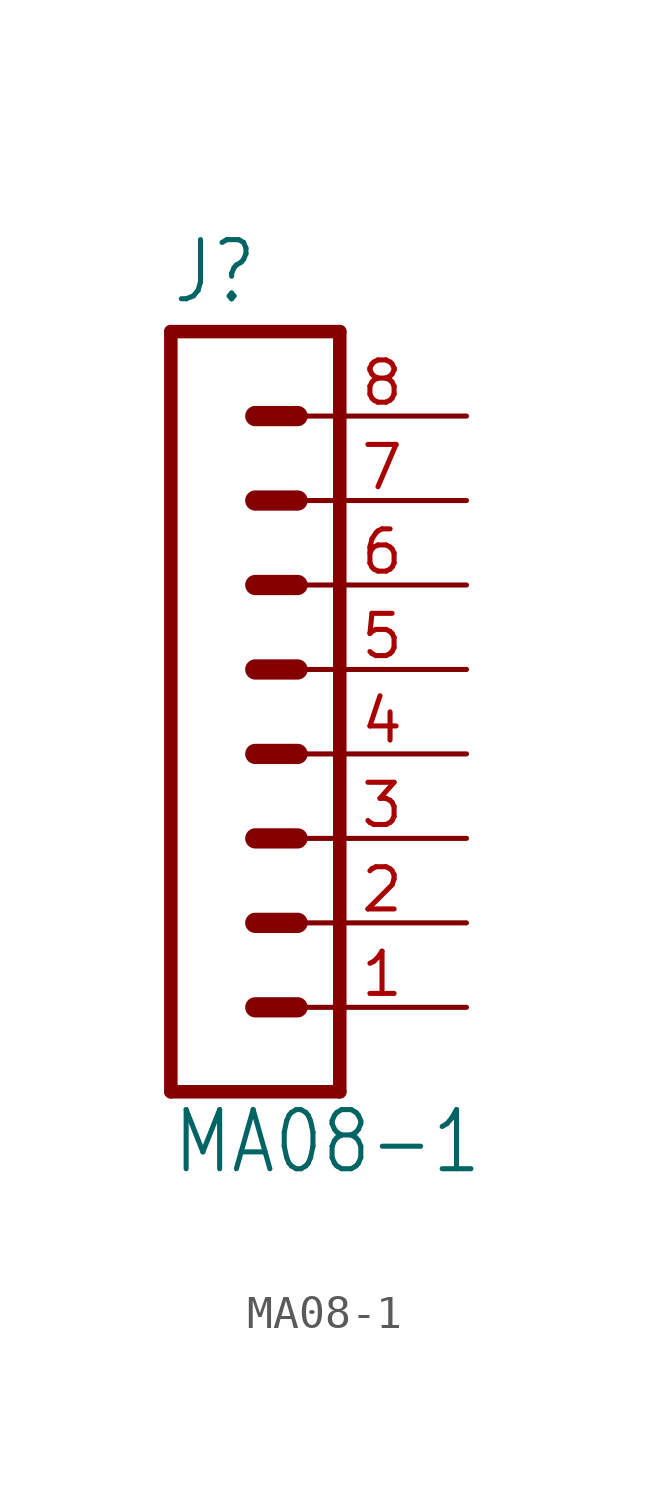
<source format=kicad_sym>
(kicad_symbol_lib
  (version 20211014)
  (generator kicad_symbol_editor)
  (symbol "MA08-1"
    (property "Reference" "J"
      (at -1.27 13.462 0)
      (effects (font (size 1.778 1.511)) (justify left bottom)))
    (property "Value" "MA08-1"
      (at -1.27 -12.7 0)
      (effects (font (size 1.778 1.511)) (justify left bottom)))
    (property "ki_locked" ""
      (at 0 0 0)
      (effects (font (size 1.27 1.27))))
    (symbol "MA08-1_1_0"
      (polyline (pts (xy -1.27 12.7) (xy -1.27 -10.16)) (stroke (width 0.406) (type default) (color 0 0 0 0)) (fill (type none)))
      (polyline (pts (xy -1.27 12.7) (xy 3.81 12.7)) (stroke (width 0.406) (type default) (color 0 0 0 0)) (fill (type none)))
      (polyline (pts (xy 1.27 -7.62) (xy 2.54 -7.62)) (stroke (width 0.61) (type default) (color 0 0 0 0)) (fill (type none)))
      (polyline (pts (xy 1.27 -5.08) (xy 2.54 -5.08)) (stroke (width 0.61) (type default) (color 0 0 0 0)) (fill (type none)))
      (polyline (pts (xy 1.27 -2.54) (xy 2.54 -2.54)) (stroke (width 0.61) (type default) (color 0 0 0 0)) (fill (type none)))
      (polyline (pts (xy 1.27 0) (xy 2.54 0)) (stroke (width 0.61) (type default) (color 0 0 0 0)) (fill (type none)))
      (polyline (pts (xy 1.27 2.54) (xy 2.54 2.54)) (stroke (width 0.61) (type default) (color 0 0 0 0)) (fill (type none)))
      (polyline (pts (xy 1.27 5.08) (xy 2.54 5.08)) (stroke (width 0.61) (type default) (color 0 0 0 0)) (fill (type none)))
      (polyline (pts (xy 1.27 7.62) (xy 2.54 7.62)) (stroke (width 0.61) (type default) (color 0 0 0 0)) (fill (type none)))
      (polyline (pts (xy 1.27 10.16) (xy 2.54 10.16)) (stroke (width 0.61) (type default) (color 0 0 0 0)) (fill (type none)))
      (polyline (pts (xy 3.81 -10.16) (xy -1.27 -10.16)) (stroke (width 0.406) (type default) (color 0 0 0 0)) (fill (type none)))
      (polyline (pts (xy 3.81 -10.16) (xy 3.81 12.7)) (stroke (width 0.406) (type default) (color 0 0 0 0)) (fill (type none)))
      (pin passive line (at 7.62 -7.62 180) (length 5.08) (name "1" (effects (font (size 0 0)))) (number "1" (effects (font (size 1.27 1.27)))))
      (pin passive line (at 7.62 -5.08 180) (length 5.08) (name "2" (effects (font (size 0 0)))) (number "2" (effects (font (size 1.27 1.27)))))
      (pin passive line (at 7.62 -2.54 180) (length 5.08) (name "3" (effects (font (size 0 0)))) (number "3" (effects (font (size 1.27 1.27)))))
      (pin passive line (at 7.62 0 180) (length 5.08) (name "4" (effects (font (size 0 0)))) (number "4" (effects (font (size 1.27 1.27)))))
      (pin passive line (at 7.62 2.54 180) (length 5.08) (name "5" (effects (font (size 0 0)))) (number "5" (effects (font (size 1.27 1.27)))))
      (pin passive line (at 7.62 5.08 180) (length 5.08) (name "6" (effects (font (size 0 0)))) (number "6" (effects (font (size 1.27 1.27)))))
      (pin passive line (at 7.62 7.62 180) (length 5.08) (name "7" (effects (font (size 0 0)))) (number "7" (effects (font (size 1.27 1.27)))))
      (pin passive line (at 7.62 10.16 180) (length 5.08) (name "8" (effects (font (size 0 0)))) (number "8" (effects (font (size 1.27 1.27))))))))
</source>
